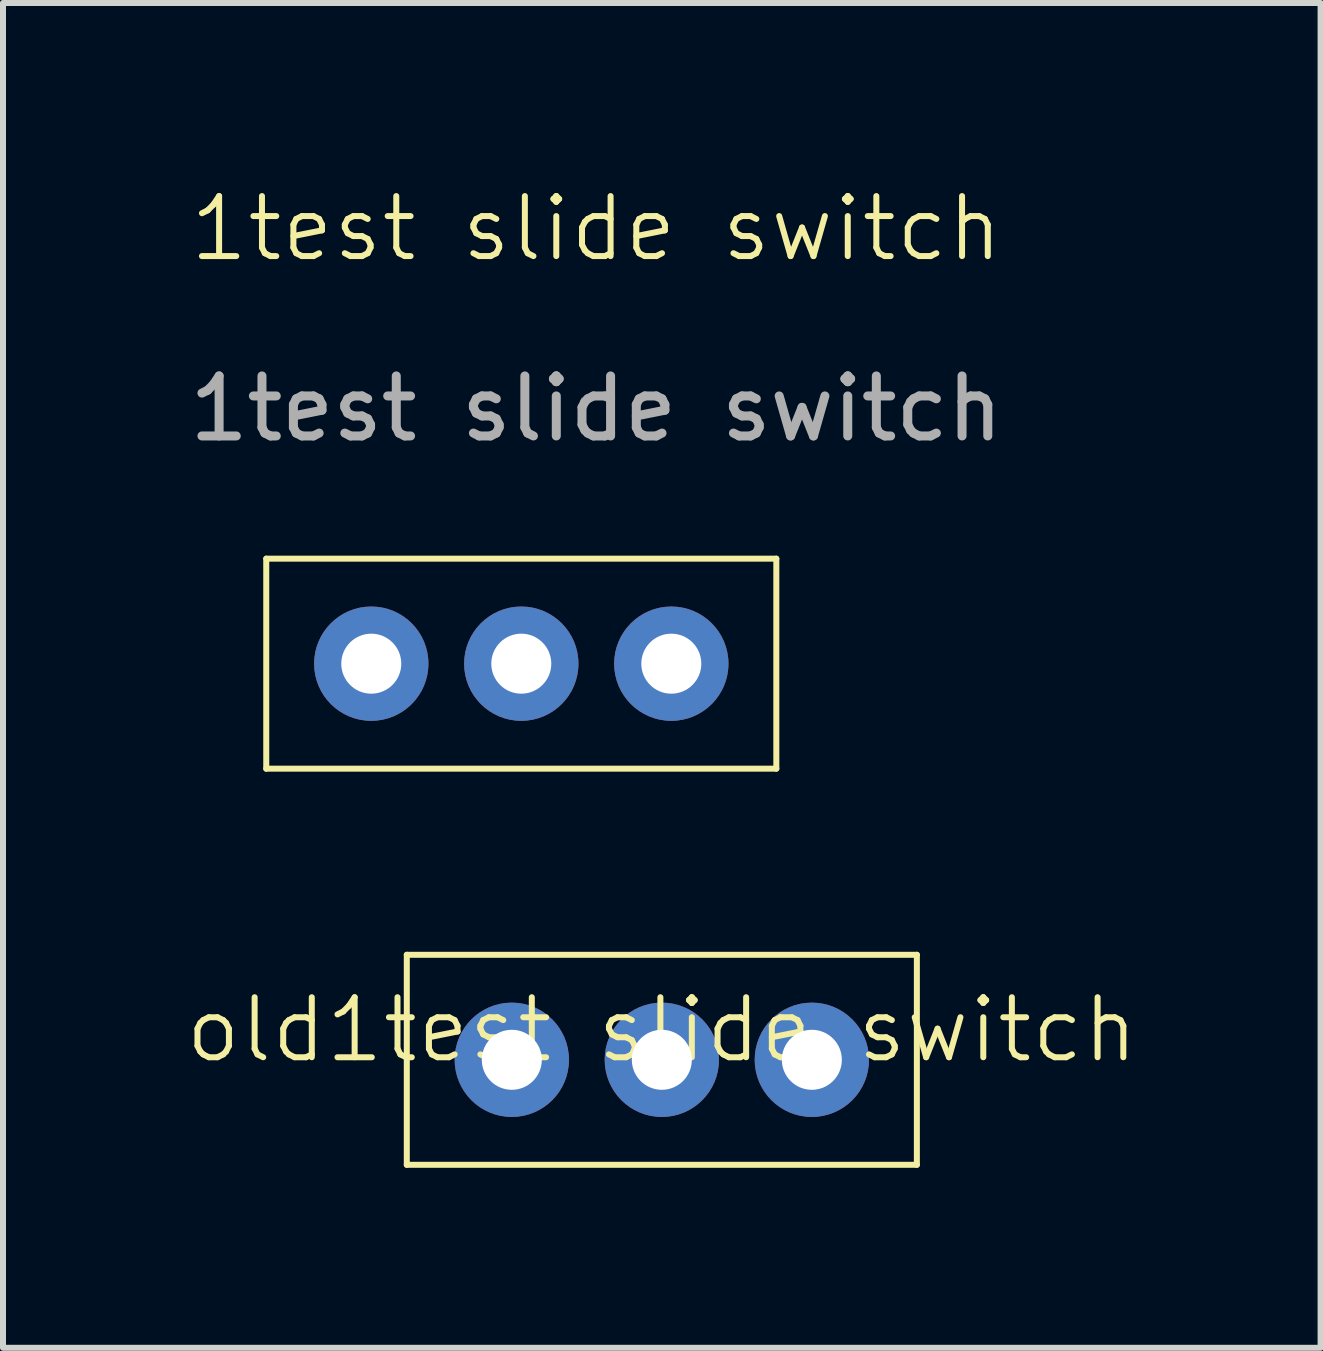
<source format=kicad_pcb>
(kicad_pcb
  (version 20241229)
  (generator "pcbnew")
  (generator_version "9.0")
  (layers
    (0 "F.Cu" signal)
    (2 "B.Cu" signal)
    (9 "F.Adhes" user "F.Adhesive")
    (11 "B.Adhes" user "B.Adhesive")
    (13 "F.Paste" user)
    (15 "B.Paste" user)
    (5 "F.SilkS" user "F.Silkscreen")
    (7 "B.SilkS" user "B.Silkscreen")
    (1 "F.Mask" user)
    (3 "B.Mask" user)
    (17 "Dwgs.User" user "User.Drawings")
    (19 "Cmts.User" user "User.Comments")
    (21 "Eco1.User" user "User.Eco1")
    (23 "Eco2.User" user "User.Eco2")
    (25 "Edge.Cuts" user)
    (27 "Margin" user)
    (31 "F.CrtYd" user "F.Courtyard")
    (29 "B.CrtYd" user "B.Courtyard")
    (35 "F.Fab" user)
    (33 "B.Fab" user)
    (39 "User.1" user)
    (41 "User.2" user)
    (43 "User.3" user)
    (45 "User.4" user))
  (footprint "old1test slide switch"
    (layer "F.Cu")
    (at 7.979 14.611)
    (property "Reference" "old1test slide switch" (at 0 -0.5 0) (unlocked yes) (layer "F.SilkS") (effects (font (size 1 1) (thickness 0.1))))
    (attr smd)
    (fp_line (start -4.25 -1.75) (end 4.25 -1.75) (stroke (width 0.1) (type default)) (layer "F.SilkS"))
    (fp_line (start -4.25 1.75) (end -4.25 -1.75) (stroke (width 0.1) (type default)) (layer "F.SilkS"))
    (fp_line (start 4.25 -1.75) (end 4.25 1.75) (stroke (width 0.1) (type default)) (layer "F.SilkS"))
    (fp_line (start 4.25 1.75) (end -4.25 1.75) (stroke (width 0.1) (type default)) (layer "F.SilkS"))
    (pad "1" thru_hole circle (at 2.5 0) (size 1.905 1.905) (drill 1) (layers "*.Cu" "*.Mask"))
    (pad "2" thru_hole circle (at 0 0) (size 1.905 1.905) (drill 1) (layers "*.Cu" "*.Mask"))
    (pad "3" thru_hole circle (at -2.5 0) (size 1.905 1.905) (drill 1) (layers "*.Cu" "*.Mask")))
  (footprint "1test slide switch"
    (layer "F.Cu")
    (at 6.887 1.26)
    (property "Reference" "1test slide switch" (at 0 -0.5 0) (unlocked yes) (layer "F.SilkS") (effects (font (size 1 1) (thickness 0.1))))
    (attr smd)
    (fp_line (start -5.5 5) (end 3 5) (stroke (width 0.1) (type default)) (layer "F.SilkS"))
    (fp_line (start -5.5 8.5) (end -5.5 5) (stroke (width 0.1) (type default)) (layer "F.SilkS"))
    (fp_line (start 3 5) (end 3 8.5) (stroke (width 0.1) (type default)) (layer "F.SilkS"))
    (fp_line (start 3 8.5) (end -5.5 8.5) (stroke (width 0.1) (type default)) (layer "F.SilkS"))
    (fp_text user "${REFERENCE}" (at 0 2.5 0) (unlocked yes) (layer "F.Fab") (effects (font (size 1 1) (thickness 0.15))))
    (pad "1" thru_hole circle (at -3.75 6.75) (size 1.905 1.905) (drill 1) (layers "*.Cu" "*.Mask"))
    (pad "2" thru_hole circle (at -1.25 6.75) (size 1.905 1.905) (drill 1) (layers "*.Cu" "*.Mask"))
    (pad "3" thru_hole circle (at 1.25 6.75) (size 1.905 1.905) (drill 1) (layers "*.Cu" "*.Mask")))
  (gr_rect
    (start -3 -3)
    (end 18.957 19.41)
    (stroke (width 0.1) (type default))
    (fill no)
    (layer "Edge.Cuts")))
</source>
